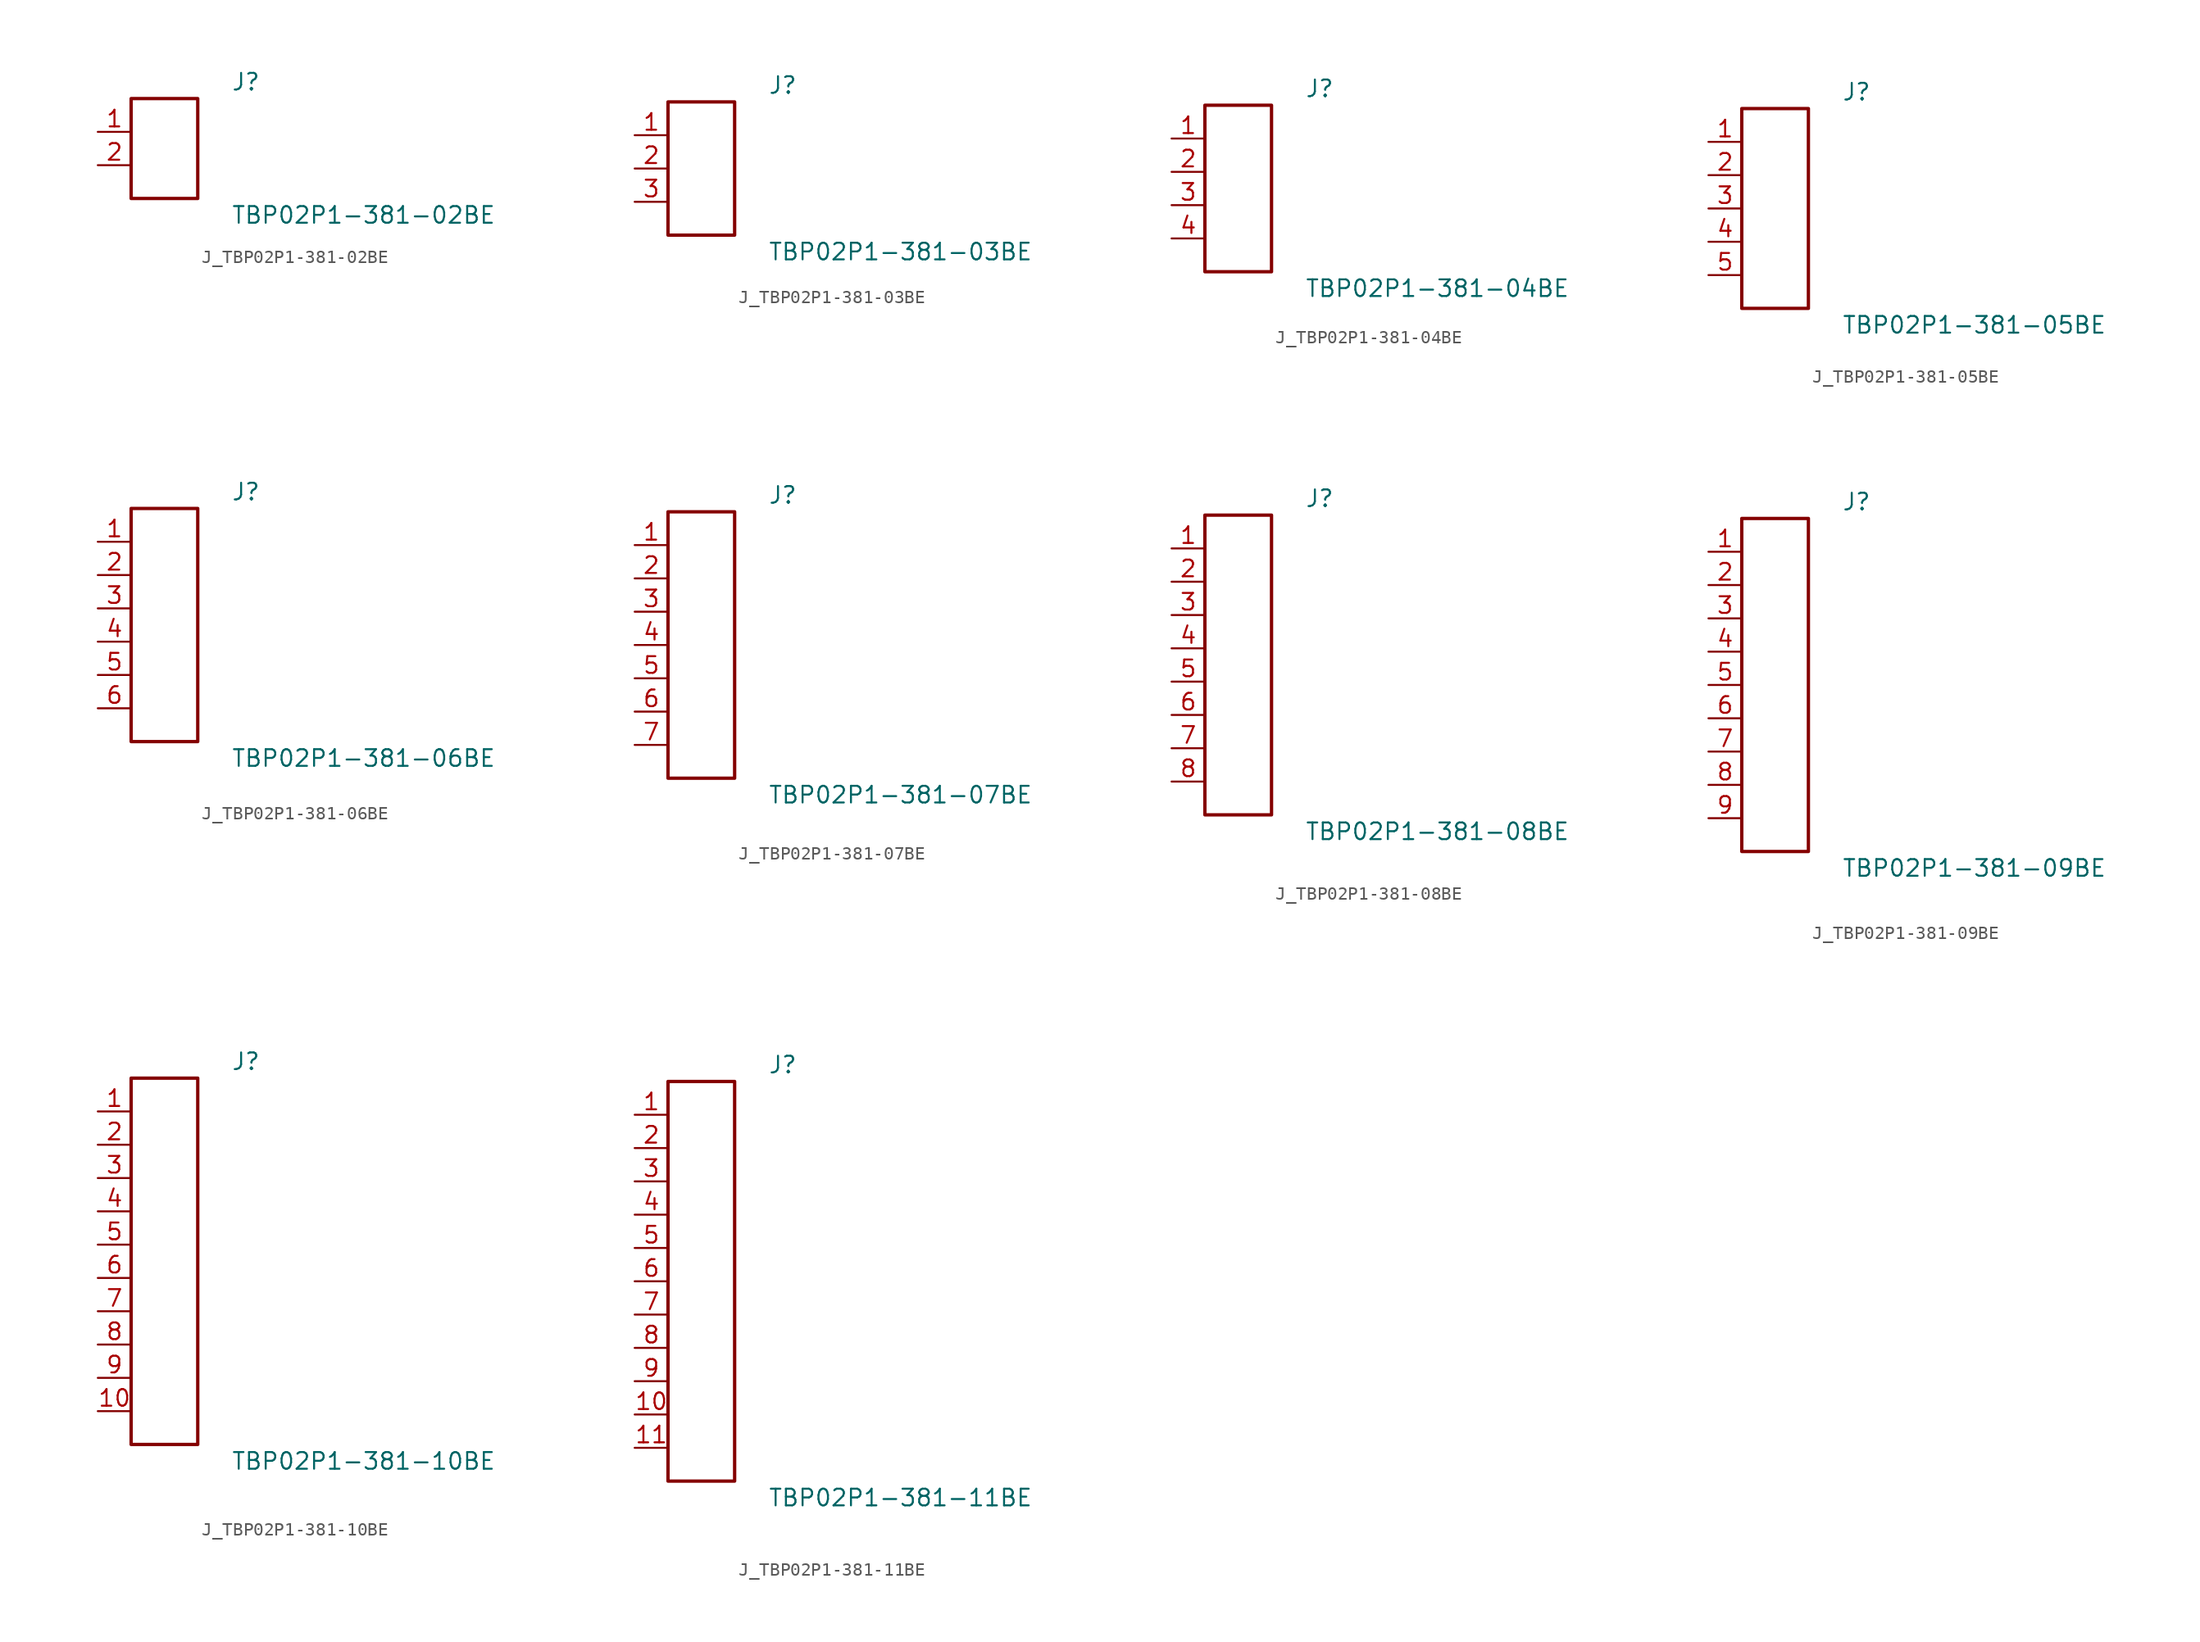
<source format=kicad_sym>
(kicad_symbol_lib
  (version 20231120)
  (generator kicad_symbol_editor)
  (generator_version 8.0)
  (symbol "J_TBP02P1-381-02BE"
    (pin_names
      (offset 0.254))
    (property "Reference" "J"
      (at 5.08 5.08 0)
      (effects (font (size 1.27 1.27)) (justify left)))
    (property "Value" "TBP02P1-381-02BE"
      (at 5.08 -5.08 0)
      (effects (font (size 1.27 1.27)) (justify left)))
    (symbol "J_TBP02P1-381-02BE_0_0"
      (pin unspecified line (at -5.08 1.27 0) (length 2.54) (name "" (effects (font (size 1.27 1.27)))) (number "1" (effects (font (size 1.27 1.27)))))
      (pin unspecified line (at -5.08 -1.27 0) (length 2.54) (name "" (effects (font (size 1.27 1.27)))) (number "2" (effects (font (size 1.27 1.27))))))
    (symbol "J_TBP02P1-381-02BE_1_0"
      (rectangle (start -2.54 3.81) (end 2.54 -3.81) (stroke (width 0.254) (type solid)) (fill (type none)))))
  (symbol "J_TBP02P1-381-03BE"
    (pin_names
      (offset 0.254))
    (property "Reference" "J"
      (at 5.08 6.35 0)
      (effects (font (size 1.27 1.27)) (justify left)))
    (property "Value" "TBP02P1-381-03BE"
      (at 5.08 -6.35 0)
      (effects (font (size 1.27 1.27)) (justify left)))
    (symbol "J_TBP02P1-381-03BE_0_0"
      (pin unspecified line (at -5.08 2.54 0) (length 2.54) (name "" (effects (font (size 1.27 1.27)))) (number "1" (effects (font (size 1.27 1.27)))))
      (pin unspecified line (at -5.08 0.0 0) (length 2.54) (name "" (effects (font (size 1.27 1.27)))) (number "2" (effects (font (size 1.27 1.27)))))
      (pin unspecified line (at -5.08 -2.54 0) (length 2.54) (name "" (effects (font (size 1.27 1.27)))) (number "3" (effects (font (size 1.27 1.27))))))
    (symbol "J_TBP02P1-381-03BE_1_0"
      (rectangle (start -2.54 5.08) (end 2.54 -5.08) (stroke (width 0.254) (type solid)) (fill (type none)))))
  (symbol "J_TBP02P1-381-04BE"
    (pin_names
      (offset 0.254))
    (property "Reference" "J"
      (at 5.08 7.62 0)
      (effects (font (size 1.27 1.27)) (justify left)))
    (property "Value" "TBP02P1-381-04BE"
      (at 5.08 -7.62 0)
      (effects (font (size 1.27 1.27)) (justify left)))
    (symbol "J_TBP02P1-381-04BE_0_0"
      (pin unspecified line (at -5.08 3.81 0) (length 2.54) (name "" (effects (font (size 1.27 1.27)))) (number "1" (effects (font (size 1.27 1.27)))))
      (pin unspecified line (at -5.08 1.27 0) (length 2.54) (name "" (effects (font (size 1.27 1.27)))) (number "2" (effects (font (size 1.27 1.27)))))
      (pin unspecified line (at -5.08 -1.27 0) (length 2.54) (name "" (effects (font (size 1.27 1.27)))) (number "3" (effects (font (size 1.27 1.27)))))
      (pin unspecified line (at -5.08 -3.81 0) (length 2.54) (name "" (effects (font (size 1.27 1.27)))) (number "4" (effects (font (size 1.27 1.27))))))
    (symbol "J_TBP02P1-381-04BE_1_0"
      (rectangle (start -2.54 6.35) (end 2.54 -6.35) (stroke (width 0.254) (type solid)) (fill (type none)))))
  (symbol "J_TBP02P1-381-05BE"
    (pin_names
      (offset 0.254))
    (property "Reference" "J"
      (at 5.08 8.89 0)
      (effects (font (size 1.27 1.27)) (justify left)))
    (property "Value" "TBP02P1-381-05BE"
      (at 5.08 -8.89 0)
      (effects (font (size 1.27 1.27)) (justify left)))
    (symbol "J_TBP02P1-381-05BE_0_0"
      (pin unspecified line (at -5.08 5.08 0) (length 2.54) (name "" (effects (font (size 1.27 1.27)))) (number "1" (effects (font (size 1.27 1.27)))))
      (pin unspecified line (at -5.08 2.54 0) (length 2.54) (name "" (effects (font (size 1.27 1.27)))) (number "2" (effects (font (size 1.27 1.27)))))
      (pin unspecified line (at -5.08 0.0 0) (length 2.54) (name "" (effects (font (size 1.27 1.27)))) (number "3" (effects (font (size 1.27 1.27)))))
      (pin unspecified line (at -5.08 -2.54 0) (length 2.54) (name "" (effects (font (size 1.27 1.27)))) (number "4" (effects (font (size 1.27 1.27)))))
      (pin unspecified line (at -5.08 -5.08 0) (length 2.54) (name "" (effects (font (size 1.27 1.27)))) (number "5" (effects (font (size 1.27 1.27))))))
    (symbol "J_TBP02P1-381-05BE_1_0"
      (rectangle (start -2.54 7.62) (end 2.54 -7.62) (stroke (width 0.254) (type solid)) (fill (type none)))))
  (symbol "J_TBP02P1-381-06BE"
    (pin_names
      (offset 0.254))
    (property "Reference" "J"
      (at 5.08 10.16 0)
      (effects (font (size 1.27 1.27)) (justify left)))
    (property "Value" "TBP02P1-381-06BE"
      (at 5.08 -10.16 0)
      (effects (font (size 1.27 1.27)) (justify left)))
    (symbol "J_TBP02P1-381-06BE_0_0"
      (pin unspecified line (at -5.08 6.35 0) (length 2.54) (name "" (effects (font (size 1.27 1.27)))) (number "1" (effects (font (size 1.27 1.27)))))
      (pin unspecified line (at -5.08 3.81 0) (length 2.54) (name "" (effects (font (size 1.27 1.27)))) (number "2" (effects (font (size 1.27 1.27)))))
      (pin unspecified line (at -5.08 1.27 0) (length 2.54) (name "" (effects (font (size 1.27 1.27)))) (number "3" (effects (font (size 1.27 1.27)))))
      (pin unspecified line (at -5.08 -1.27 0) (length 2.54) (name "" (effects (font (size 1.27 1.27)))) (number "4" (effects (font (size 1.27 1.27)))))
      (pin unspecified line (at -5.08 -3.81 0) (length 2.54) (name "" (effects (font (size 1.27 1.27)))) (number "5" (effects (font (size 1.27 1.27)))))
      (pin unspecified line (at -5.08 -6.35 0) (length 2.54) (name "" (effects (font (size 1.27 1.27)))) (number "6" (effects (font (size 1.27 1.27))))))
    (symbol "J_TBP02P1-381-06BE_1_0"
      (rectangle (start -2.54 8.89) (end 2.54 -8.89) (stroke (width 0.254) (type solid)) (fill (type none)))))
  (symbol "J_TBP02P1-381-07BE"
    (pin_names
      (offset 0.254))
    (property "Reference" "J"
      (at 5.08 11.43 0)
      (effects (font (size 1.27 1.27)) (justify left)))
    (property "Value" "TBP02P1-381-07BE"
      (at 5.08 -11.43 0)
      (effects (font (size 1.27 1.27)) (justify left)))
    (symbol "J_TBP02P1-381-07BE_0_0"
      (pin unspecified line (at -5.08 7.62 0) (length 2.54) (name "" (effects (font (size 1.27 1.27)))) (number "1" (effects (font (size 1.27 1.27)))))
      (pin unspecified line (at -5.08 5.08 0) (length 2.54) (name "" (effects (font (size 1.27 1.27)))) (number "2" (effects (font (size 1.27 1.27)))))
      (pin unspecified line (at -5.08 2.54 0) (length 2.54) (name "" (effects (font (size 1.27 1.27)))) (number "3" (effects (font (size 1.27 1.27)))))
      (pin unspecified line (at -5.08 0.0 0) (length 2.54) (name "" (effects (font (size 1.27 1.27)))) (number "4" (effects (font (size 1.27 1.27)))))
      (pin unspecified line (at -5.08 -2.54 0) (length 2.54) (name "" (effects (font (size 1.27 1.27)))) (number "5" (effects (font (size 1.27 1.27)))))
      (pin unspecified line (at -5.08 -5.08 0) (length 2.54) (name "" (effects (font (size 1.27 1.27)))) (number "6" (effects (font (size 1.27 1.27)))))
      (pin unspecified line (at -5.08 -7.62 0) (length 2.54) (name "" (effects (font (size 1.27 1.27)))) (number "7" (effects (font (size 1.27 1.27))))))
    (symbol "J_TBP02P1-381-07BE_1_0"
      (rectangle (start -2.54 10.16) (end 2.54 -10.16) (stroke (width 0.254) (type solid)) (fill (type none)))))
  (symbol "J_TBP02P1-381-08BE"
    (pin_names
      (offset 0.254))
    (property "Reference" "J"
      (at 5.08 12.7 0)
      (effects (font (size 1.27 1.27)) (justify left)))
    (property "Value" "TBP02P1-381-08BE"
      (at 5.08 -12.7 0)
      (effects (font (size 1.27 1.27)) (justify left)))
    (symbol "J_TBP02P1-381-08BE_0_0"
      (pin unspecified line (at -5.08 8.89 0) (length 2.54) (name "" (effects (font (size 1.27 1.27)))) (number "1" (effects (font (size 1.27 1.27)))))
      (pin unspecified line (at -5.08 6.35 0) (length 2.54) (name "" (effects (font (size 1.27 1.27)))) (number "2" (effects (font (size 1.27 1.27)))))
      (pin unspecified line (at -5.08 3.81 0) (length 2.54) (name "" (effects (font (size 1.27 1.27)))) (number "3" (effects (font (size 1.27 1.27)))))
      (pin unspecified line (at -5.08 1.27 0) (length 2.54) (name "" (effects (font (size 1.27 1.27)))) (number "4" (effects (font (size 1.27 1.27)))))
      (pin unspecified line (at -5.08 -1.27 0) (length 2.54) (name "" (effects (font (size 1.27 1.27)))) (number "5" (effects (font (size 1.27 1.27)))))
      (pin unspecified line (at -5.08 -3.81 0) (length 2.54) (name "" (effects (font (size 1.27 1.27)))) (number "6" (effects (font (size 1.27 1.27)))))
      (pin unspecified line (at -5.08 -6.35 0) (length 2.54) (name "" (effects (font (size 1.27 1.27)))) (number "7" (effects (font (size 1.27 1.27)))))
      (pin unspecified line (at -5.08 -8.89 0) (length 2.54) (name "" (effects (font (size 1.27 1.27)))) (number "8" (effects (font (size 1.27 1.27))))))
    (symbol "J_TBP02P1-381-08BE_1_0"
      (rectangle (start -2.54 11.43) (end 2.54 -11.43) (stroke (width 0.254) (type solid)) (fill (type none)))))
  (symbol "J_TBP02P1-381-09BE"
    (pin_names
      (offset 0.254))
    (property "Reference" "J"
      (at 5.08 13.97 0)
      (effects (font (size 1.27 1.27)) (justify left)))
    (property "Value" "TBP02P1-381-09BE"
      (at 5.08 -13.97 0)
      (effects (font (size 1.27 1.27)) (justify left)))
    (symbol "J_TBP02P1-381-09BE_0_0"
      (pin unspecified line (at -5.08 10.16 0) (length 2.54) (name "" (effects (font (size 1.27 1.27)))) (number "1" (effects (font (size 1.27 1.27)))))
      (pin unspecified line (at -5.08 7.62 0) (length 2.54) (name "" (effects (font (size 1.27 1.27)))) (number "2" (effects (font (size 1.27 1.27)))))
      (pin unspecified line (at -5.08 5.08 0) (length 2.54) (name "" (effects (font (size 1.27 1.27)))) (number "3" (effects (font (size 1.27 1.27)))))
      (pin unspecified line (at -5.08 2.54 0) (length 2.54) (name "" (effects (font (size 1.27 1.27)))) (number "4" (effects (font (size 1.27 1.27)))))
      (pin unspecified line (at -5.08 0.0 0) (length 2.54) (name "" (effects (font (size 1.27 1.27)))) (number "5" (effects (font (size 1.27 1.27)))))
      (pin unspecified line (at -5.08 -2.54 0) (length 2.54) (name "" (effects (font (size 1.27 1.27)))) (number "6" (effects (font (size 1.27 1.27)))))
      (pin unspecified line (at -5.08 -5.08 0) (length 2.54) (name "" (effects (font (size 1.27 1.27)))) (number "7" (effects (font (size 1.27 1.27)))))
      (pin unspecified line (at -5.08 -7.62 0) (length 2.54) (name "" (effects (font (size 1.27 1.27)))) (number "8" (effects (font (size 1.27 1.27)))))
      (pin unspecified line (at -5.08 -10.16 0) (length 2.54) (name "" (effects (font (size 1.27 1.27)))) (number "9" (effects (font (size 1.27 1.27))))))
    (symbol "J_TBP02P1-381-09BE_1_0"
      (rectangle (start -2.54 12.7) (end 2.54 -12.7) (stroke (width 0.254) (type solid)) (fill (type none)))))
  (symbol "J_TBP02P1-381-10BE"
    (pin_names
      (offset 0.254))
    (property "Reference" "J"
      (at 5.08 15.24 0)
      (effects (font (size 1.27 1.27)) (justify left)))
    (property "Value" "TBP02P1-381-10BE"
      (at 5.08 -15.24 0)
      (effects (font (size 1.27 1.27)) (justify left)))
    (symbol "J_TBP02P1-381-10BE_0_0"
      (pin unspecified line (at -5.08 11.43 0) (length 2.54) (name "" (effects (font (size 1.27 1.27)))) (number "1" (effects (font (size 1.27 1.27)))))
      (pin unspecified line (at -5.08 8.89 0) (length 2.54) (name "" (effects (font (size 1.27 1.27)))) (number "2" (effects (font (size 1.27 1.27)))))
      (pin unspecified line (at -5.08 6.35 0) (length 2.54) (name "" (effects (font (size 1.27 1.27)))) (number "3" (effects (font (size 1.27 1.27)))))
      (pin unspecified line (at -5.08 3.81 0) (length 2.54) (name "" (effects (font (size 1.27 1.27)))) (number "4" (effects (font (size 1.27 1.27)))))
      (pin unspecified line (at -5.08 1.27 0) (length 2.54) (name "" (effects (font (size 1.27 1.27)))) (number "5" (effects (font (size 1.27 1.27)))))
      (pin unspecified line (at -5.08 -1.27 0) (length 2.54) (name "" (effects (font (size 1.27 1.27)))) (number "6" (effects (font (size 1.27 1.27)))))
      (pin unspecified line (at -5.08 -3.81 0) (length 2.54) (name "" (effects (font (size 1.27 1.27)))) (number "7" (effects (font (size 1.27 1.27)))))
      (pin unspecified line (at -5.08 -6.35 0) (length 2.54) (name "" (effects (font (size 1.27 1.27)))) (number "8" (effects (font (size 1.27 1.27)))))
      (pin unspecified line (at -5.08 -8.89 0) (length 2.54) (name "" (effects (font (size 1.27 1.27)))) (number "9" (effects (font (size 1.27 1.27)))))
      (pin unspecified line (at -5.08 -11.43 0) (length 2.54) (name "" (effects (font (size 1.27 1.27)))) (number "10" (effects (font (size 1.27 1.27))))))
    (symbol "J_TBP02P1-381-10BE_1_0"
      (rectangle (start -2.54 13.97) (end 2.54 -13.97) (stroke (width 0.254) (type solid)) (fill (type none)))))
  (symbol "J_TBP02P1-381-11BE"
    (pin_names
      (offset 0.254))
    (property "Reference" "J"
      (at 5.08 16.51 0)
      (effects (font (size 1.27 1.27)) (justify left)))
    (property "Value" "TBP02P1-381-11BE"
      (at 5.08 -16.51 0)
      (effects (font (size 1.27 1.27)) (justify left)))
    (symbol "J_TBP02P1-381-11BE_0_0"
      (pin unspecified line (at -5.08 12.7 0) (length 2.54) (name "" (effects (font (size 1.27 1.27)))) (number "1" (effects (font (size 1.27 1.27)))))
      (pin unspecified line (at -5.08 10.16 0) (length 2.54) (name "" (effects (font (size 1.27 1.27)))) (number "2" (effects (font (size 1.27 1.27)))))
      (pin unspecified line (at -5.08 7.62 0) (length 2.54) (name "" (effects (font (size 1.27 1.27)))) (number "3" (effects (font (size 1.27 1.27)))))
      (pin unspecified line (at -5.08 5.08 0) (length 2.54) (name "" (effects (font (size 1.27 1.27)))) (number "4" (effects (font (size 1.27 1.27)))))
      (pin unspecified line (at -5.08 2.54 0) (length 2.54) (name "" (effects (font (size 1.27 1.27)))) (number "5" (effects (font (size 1.27 1.27)))))
      (pin unspecified line (at -5.08 0.0 0) (length 2.54) (name "" (effects (font (size 1.27 1.27)))) (number "6" (effects (font (size 1.27 1.27)))))
      (pin unspecified line (at -5.08 -2.54 0) (length 2.54) (name "" (effects (font (size 1.27 1.27)))) (number "7" (effects (font (size 1.27 1.27)))))
      (pin unspecified line (at -5.08 -5.08 0) (length 2.54) (name "" (effects (font (size 1.27 1.27)))) (number "8" (effects (font (size 1.27 1.27)))))
      (pin unspecified line (at -5.08 -7.62 0) (length 2.54) (name "" (effects (font (size 1.27 1.27)))) (number "9" (effects (font (size 1.27 1.27)))))
      (pin unspecified line (at -5.08 -10.16 0) (length 2.54) (name "" (effects (font (size 1.27 1.27)))) (number "10" (effects (font (size 1.27 1.27)))))
      (pin unspecified line (at -5.08 -12.7 0) (length 2.54) (name "" (effects (font (size 1.27 1.27)))) (number "11" (effects (font (size 1.27 1.27))))))
    (symbol "J_TBP02P1-381-11BE_1_0"
      (rectangle (start -2.54 15.24) (end 2.54 -15.24) (stroke (width 0.254) (type solid)) (fill (type none))))))
</source>
